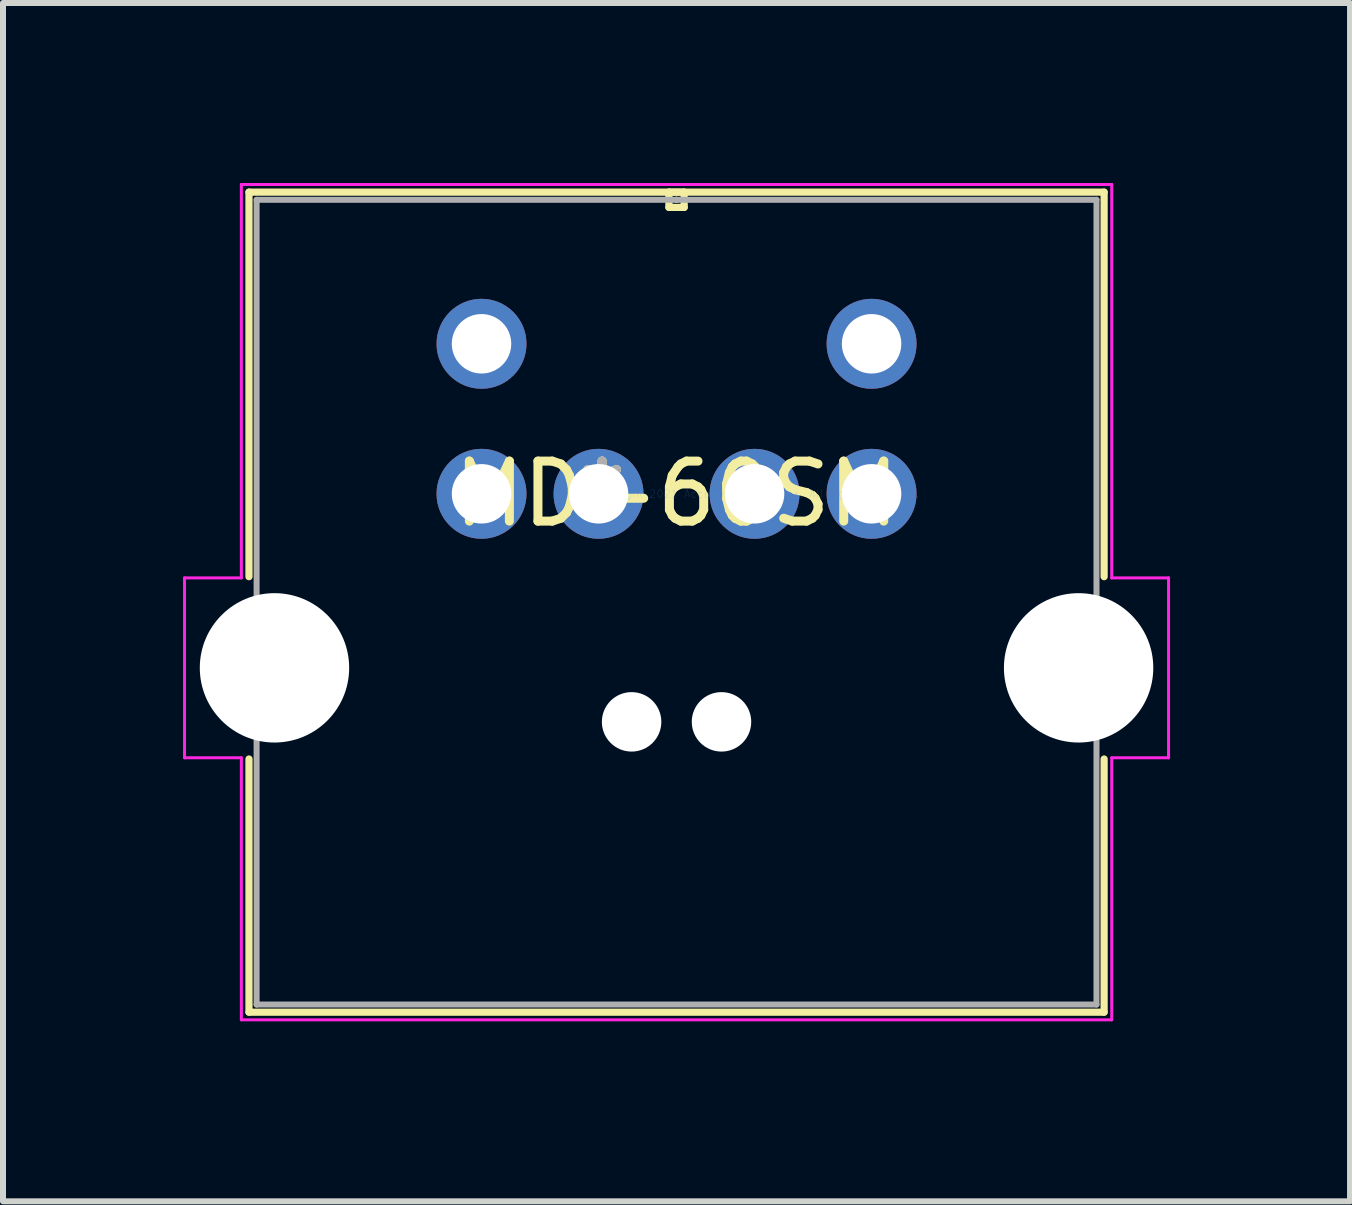
<source format=kicad_pcb>
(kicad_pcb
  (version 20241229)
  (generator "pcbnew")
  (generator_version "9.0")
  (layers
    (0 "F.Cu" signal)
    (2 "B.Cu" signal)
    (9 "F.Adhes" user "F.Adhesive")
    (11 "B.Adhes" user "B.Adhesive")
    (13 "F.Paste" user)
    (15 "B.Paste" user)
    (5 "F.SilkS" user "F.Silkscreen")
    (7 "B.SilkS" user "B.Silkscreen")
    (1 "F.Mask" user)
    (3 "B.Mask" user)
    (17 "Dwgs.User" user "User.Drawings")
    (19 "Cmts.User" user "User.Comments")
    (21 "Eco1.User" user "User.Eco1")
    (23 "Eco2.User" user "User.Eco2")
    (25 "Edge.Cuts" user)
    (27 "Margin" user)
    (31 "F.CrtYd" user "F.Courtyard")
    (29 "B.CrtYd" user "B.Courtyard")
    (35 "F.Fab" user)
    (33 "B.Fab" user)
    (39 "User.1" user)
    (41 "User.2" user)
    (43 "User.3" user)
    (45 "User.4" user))
  (footprint "MD-60SM"
    (layer "F.Cu")
    (at 9.524 5.179)
    (property "Reference" "MD-60SM" (at -1.3 0 0) (layer "F.SilkS") (effects (font (size 1 1) (thickness 0.15))))
    (attr through_hole)
    (fp_line (start -8.425 -5.027) (end -8.425 1.381) (stroke (width 0.12) (type solid)) (layer "F.SilkS"))
    (fp_line (start -8.425 4.419) (end -8.425 8.638) (stroke (width 0.12) (type solid)) (layer "F.SilkS"))
    (fp_line (start -8.425 8.638) (end 5.825 8.638) (stroke (width 0.12) (type solid)) (layer "F.SilkS"))
    (fp_line (start -1.427 -5.027) (end -1.427 -4.773) (stroke (width 0.12) (type solid)) (layer "F.SilkS"))
    (fp_line (start -1.427 -4.773) (end -1.173 -4.773) (stroke (width 0.12) (type solid)) (layer "F.SilkS"))
    (fp_line (start -1.173 -5.027) (end -1.427 -5.027) (stroke (width 0.12) (type solid)) (layer "F.SilkS"))
    (fp_line (start -1.173 -4.773) (end -1.173 -5.027) (stroke (width 0.12) (type solid)) (layer "F.SilkS"))
    (fp_line (start 5.825 -5.027) (end -8.425 -5.027) (stroke (width 0.12) (type solid)) (layer "F.SilkS"))
    (fp_line (start 5.825 1.381) (end 5.825 -5.027) (stroke (width 0.12) (type solid)) (layer "F.SilkS"))
    (fp_line (start 5.825 8.638) (end 5.825 4.419) (stroke (width 0.12) (type solid)) (layer "F.SilkS"))
    (fp_line (start -9.499 1.401) (end -9.499 4.399) (stroke (width 0.05) (type solid)) (layer "F.CrtYd"))
    (fp_line (start -9.499 4.399) (end -8.552 4.399) (stroke (width 0.05) (type solid)) (layer "F.CrtYd"))
    (fp_line (start -8.552 -5.154) (end -8.552 1.401) (stroke (width 0.05) (type solid)) (layer "F.CrtYd"))
    (fp_line (start -8.552 1.401) (end -9.499 1.401) (stroke (width 0.05) (type solid)) (layer "F.CrtYd"))
    (fp_line (start -8.552 4.399) (end -8.552 8.765) (stroke (width 0.05) (type solid)) (layer "F.CrtYd"))
    (fp_line (start -8.552 8.765) (end 5.952 8.765) (stroke (width 0.05) (type solid)) (layer "F.CrtYd"))
    (fp_line (start 5.952 -5.154) (end -8.552 -5.154) (stroke (width 0.05) (type solid)) (layer "F.CrtYd"))
    (fp_line (start 5.952 1.401) (end 5.952 -5.154) (stroke (width 0.05) (type solid)) (layer "F.CrtYd"))
    (fp_line (start 5.952 4.399) (end 6.899 4.399) (stroke (width 0.05) (type solid)) (layer "F.CrtYd"))
    (fp_line (start 5.952 8.765) (end 5.952 4.399) (stroke (width 0.05) (type solid)) (layer "F.CrtYd"))
    (fp_line (start 6.899 1.401) (end 5.952 1.401) (stroke (width 0.05) (type solid)) (layer "F.CrtYd"))
    (fp_line (start 6.899 4.399) (end 6.899 1.401) (stroke (width 0.05) (type solid)) (layer "F.CrtYd"))
    (fp_line (start -8.298 -4.9) (end -8.298 8.511) (stroke (width 0.1) (type solid)) (layer "F.Fab"))
    (fp_line (start -8.298 8.511) (end 5.698 8.511) (stroke (width 0.1) (type solid)) (layer "F.Fab"))
    (fp_line (start -1.3 -4.9) (end -1.3 -4.9) (stroke (width 0.1) (type solid)) (layer "F.Fab"))
    (fp_line (start -1.3 -4.9) (end -1.3 -4.9) (stroke (width 0.1) (type solid)) (layer "F.Fab"))
    (fp_line (start -1.3 -4.9) (end -1.3 -4.9) (stroke (width 0.1) (type solid)) (layer "F.Fab"))
    (fp_line (start -1.3 -4.9) (end -1.3 -4.9) (stroke (width 0.1) (type solid)) (layer "F.Fab"))
    (fp_line (start 5.698 -4.9) (end -8.298 -4.9) (stroke (width 0.1) (type solid)) (layer "F.Fab"))
    (fp_line (start 5.698 8.511) (end 5.698 -4.9) (stroke (width 0.1) (type solid)) (layer "F.Fab"))
    (fp_text user "*" (at -2.54 0 0) (layer "F.SilkS") (effects (font (size 1 1) (thickness 0.15))))
    (fp_text user "*" (at -2.54 0 0) (layer "F.SilkS") (effects (font (size 1 1) (thickness 0.15))))
    (fp_text user "Copyright 2021 Accelerated Designs. All rights reserved." (at 0 0 0) (layer "Cmts.User") (effects (font (size 0.127 0.127) (thickness 0.002))))
    (fp_text user "*" (at -2.54 0 0) (layer "F.Fab") (effects (font (size 1 1) (thickness 0.15))))
    (fp_text user "*" (at -2.54 0 0) (layer "F.Fab") (effects (font (size 1 1) (thickness 0.15))))
    (pad "" np_thru_hole circle (at -8 2.9) (size 2.489 2.489) (drill 2.489) (layers "*.Cu" "*.Mask"))
    (pad "" np_thru_hole circle (at -2.049 3.8) (size 0.991 0.991) (drill 0.991) (layers "*.Cu" "*.Mask"))
    (pad "" np_thru_hole circle (at -0.551 3.8) (size 0.991 0.991) (drill 0.991) (layers "*.Cu" "*.Mask"))
    (pad "" np_thru_hole circle (at 5.4 2.9) (size 2.489 2.489) (drill 2.489) (layers "*.Cu" "*.Mask"))
    (pad "1" thru_hole circle (at 0 0) (size 1.499 1.499) (drill 0.991) (layers "*.Cu" "*.Mask"))
    (pad "2" thru_hole circle (at -2.6 0) (size 1.499 1.499) (drill 0.991) (layers "*.Cu" "*.Mask"))
    (pad "3" thru_hole circle (at -4.55 0) (size 1.499 1.499) (drill 0.991) (layers "*.Cu" "*.Mask"))
    (pad "5" thru_hole circle (at 1.95 0) (size 1.499 1.499) (drill 0.991) (layers "*.Cu" "*.Mask"))
    (pad "6" thru_hole circle (at 1.95 -2.5) (size 1.499 1.499) (drill 0.991) (layers "*.Cu" "*.Mask"))
    (pad "8" thru_hole circle (at -4.55 -2.5) (size 1.499 1.499) (drill 0.991) (layers "*.Cu" "*.Mask")))
  (gr_rect
    (start -3 -3)
    (end 19.447 16.969)
    (stroke (width 0.1) (type default))
    (fill no)
    (layer "Edge.Cuts")))
</source>
